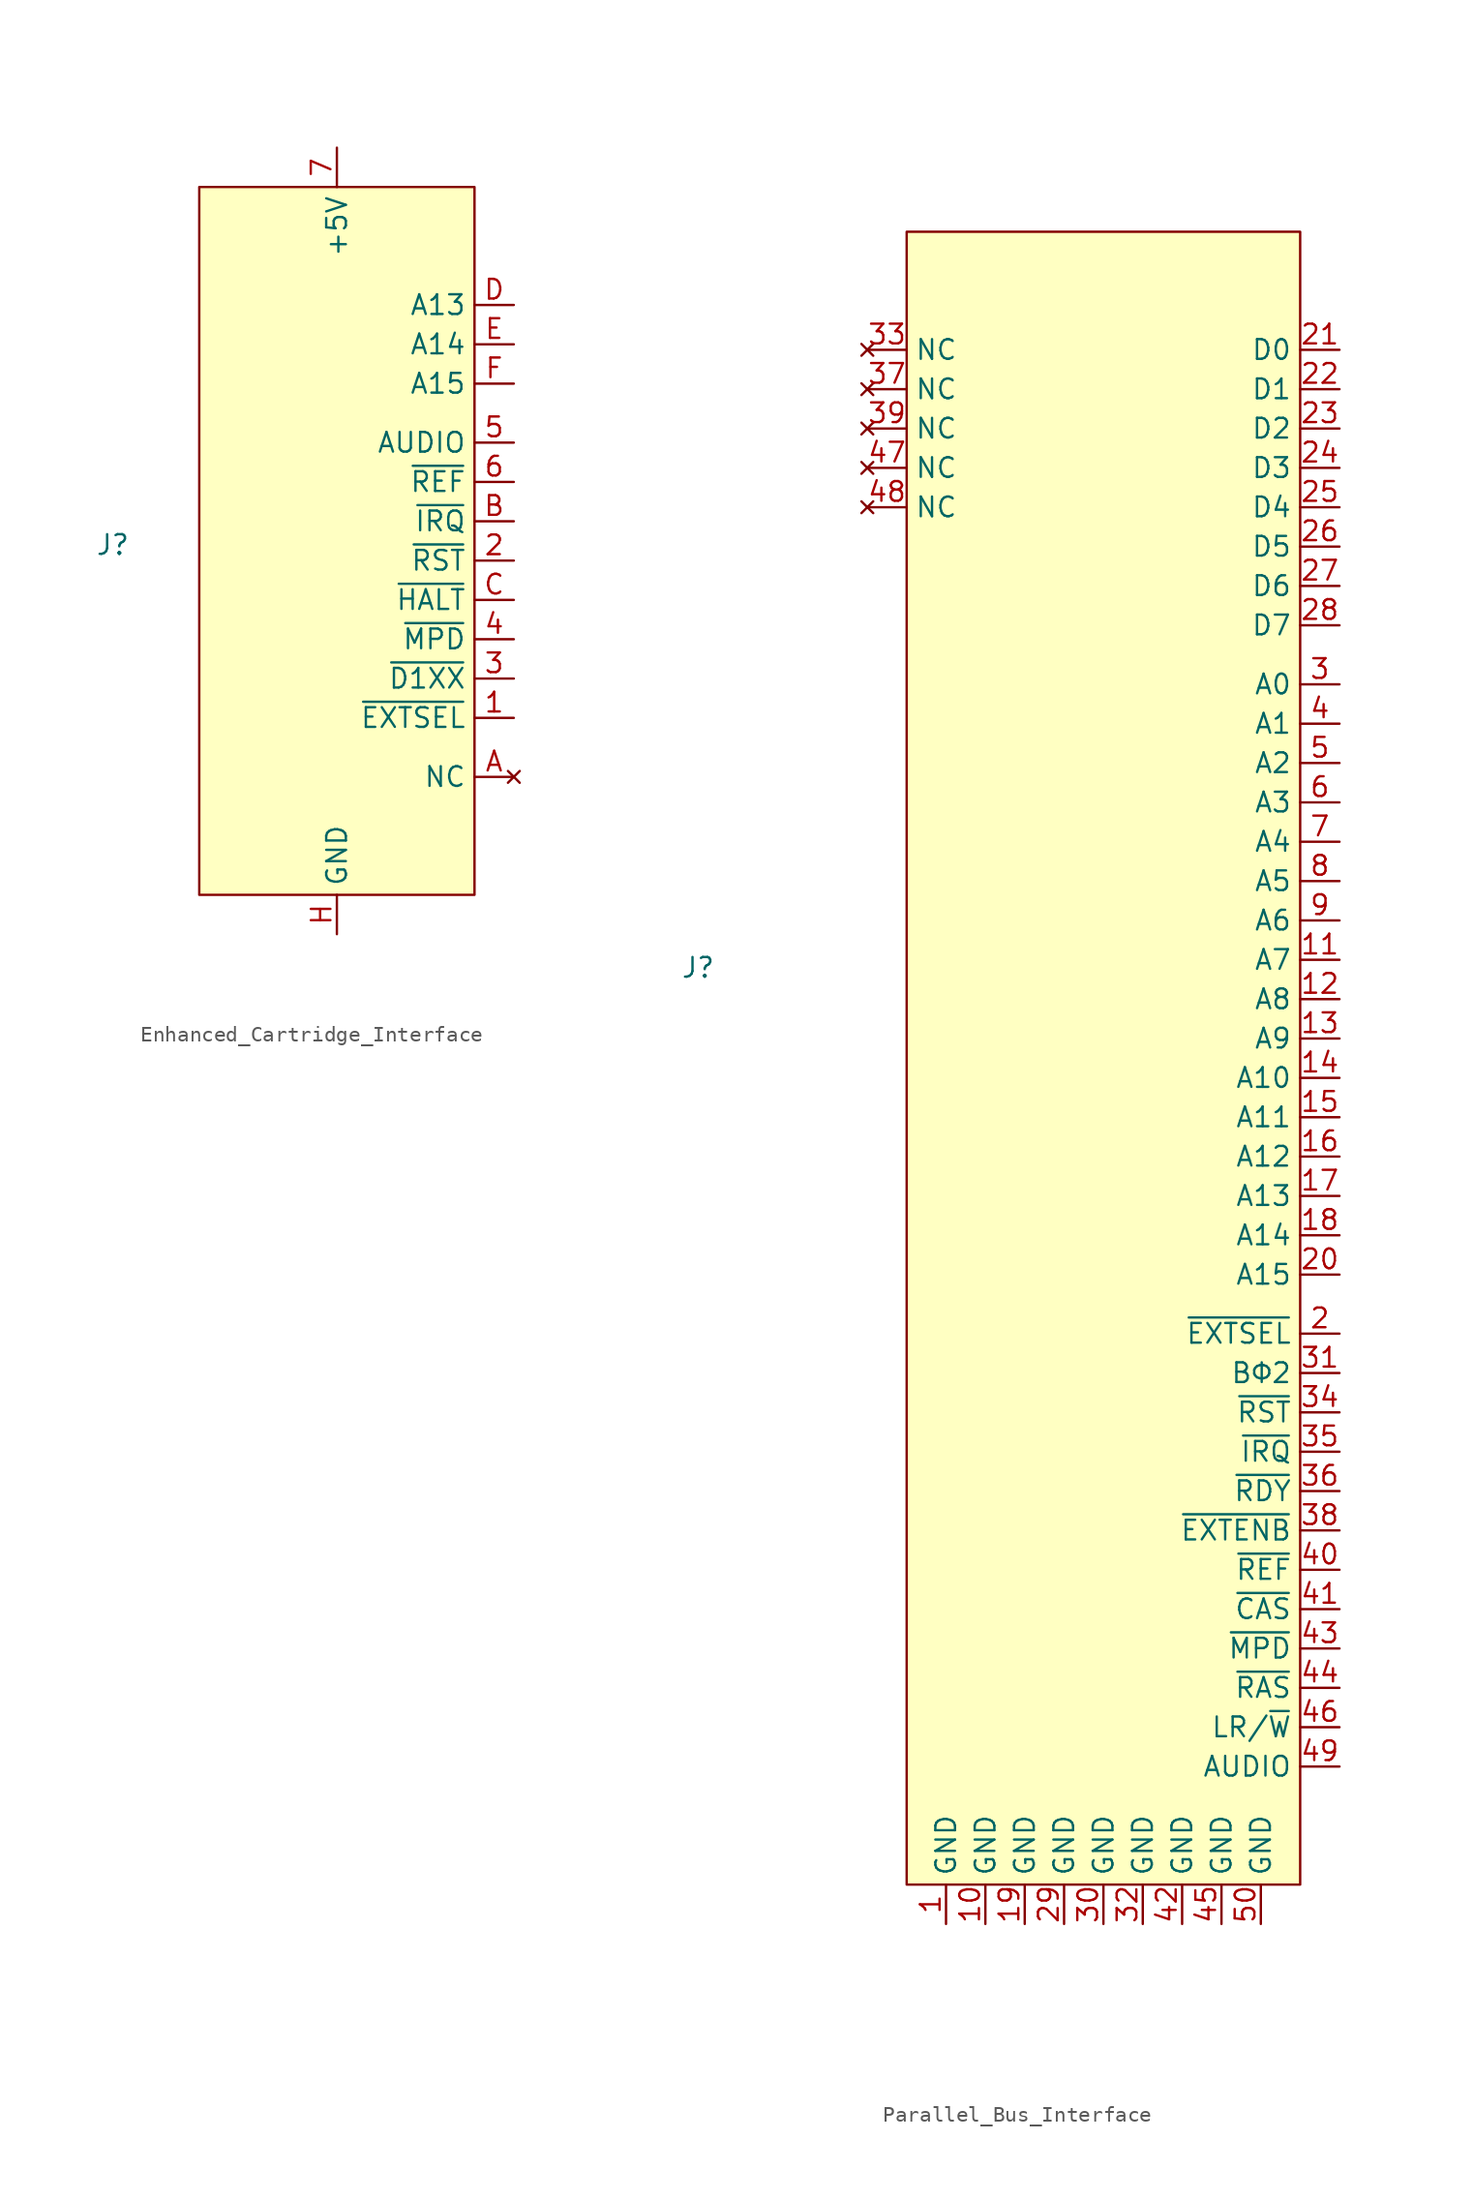
<source format=kicad_sym>
(kicad_symbol_lib
  (version 20241209)
  (generator "kicad_symbol_editor")
  (generator_version "9.0")
  (symbol "Enhanced_Cartridge_Interface"
    (property "Reference" "J"
      (at -14.478 -0.254 0)
      (effects (font (size 1.27 1.27))))
    (property "Value" ""
      (at 0 0 0)
      (effects (font (size 1.27 1.27))))
    (symbol "Enhanced_Cartridge_Interface_0_1"
      (rectangle (start -8.89 22.86) (end 8.89 -22.86) (stroke (width 0) (type default)) (fill (type background))))
    (symbol "Enhanced_Cartridge_Interface_1_1"
      (pin passive line (at 0 25.4 270) (length 2.54) (name "+5V" (effects (font (size 1.27 1.27)))) (number "7" (effects (font (size 1.27 1.27)))))
      (pin passive line (at 0 -25.4 90) (length 2.54) (name "GND" (effects (font (size 1.27 1.27)))) (number "H" (effects (font (size 1.27 1.27)))))
      (pin output line (at 11.43 15.24 180) (length 2.54) (name "A13" (effects (font (size 1.27 1.27)))) (number "D" (effects (font (size 1.27 1.27)))))
      (pin output line (at 11.43 12.7 180) (length 2.54) (name "A14" (effects (font (size 1.27 1.27)))) (number "E" (effects (font (size 1.27 1.27)))))
      (pin output line (at 11.43 10.16 180) (length 2.54) (name "A15" (effects (font (size 1.27 1.27)))) (number "F" (effects (font (size 1.27 1.27)))))
      (pin input line (at 11.43 6.35 180) (length 2.54) (name "AUDIO" (effects (font (size 1.27 1.27)))) (number "5" (effects (font (size 1.27 1.27)))))
      (pin output line (at 11.43 3.81 180) (length 2.54) (name "~{REF}" (effects (font (size 1.27 1.27)))) (number "6" (effects (font (size 1.27 1.27)))))
      (pin input line (at 11.43 1.27 180) (length 2.54) (name "~{IRQ}" (effects (font (size 1.27 1.27)))) (number "B" (effects (font (size 1.27 1.27)))))
      (pin output line (at 11.43 -1.27 180) (length 2.54) (name "~{RST}" (effects (font (size 1.27 1.27)))) (number "2" (effects (font (size 1.27 1.27)))))
      (pin bidirectional line (at 11.43 -3.81 180) (length 2.54) (name "~{HALT}" (effects (font (size 1.27 1.27)))) (number "C" (effects (font (size 1.27 1.27)))))
      (pin input line (at 11.43 -6.35 180) (length 2.54) (name "~{MPD}" (effects (font (size 1.27 1.27)))) (number "4" (effects (font (size 1.27 1.27)))))
      (pin output line (at 11.43 -8.89 180) (length 2.54) (name "~{D1XX}" (effects (font (size 1.27 1.27)))) (number "3" (effects (font (size 1.27 1.27)))))
      (pin output line (at 11.43 -11.43 180) (length 2.54) (name "~{EXTSEL}" (effects (font (size 1.27 1.27)))) (number "1" (effects (font (size 1.27 1.27)))))
      (pin no_connect line (at 11.43 -15.24 180) (length 2.54) (name "NC" (effects (font (size 1.27 1.27)))) (number "A" (effects (font (size 1.27 1.27)))))))
  (symbol "Parallel_Bus_Interface"
    (property "Reference" "J"
      (at -26.162 5.842 0)
      (effects (font (size 1.27 1.27))))
    (property "Value" ""
      (at 0 -33.02 0)
      (effects (font (size 1.27 1.27))))
    (symbol "Parallel_Bus_Interface_0_1"
      (rectangle (start -12.7 53.34) (end 12.7 -53.34) (stroke (width 0) (type default)) (fill (type background))))
    (symbol "Parallel_Bus_Interface_1_1"
      (pin no_connect line (at -15.24 45.72 0) (length 2.54) (name "NC" (effects (font (size 1.27 1.27)))) (number "33" (effects (font (size 1.27 1.27)))))
      (pin no_connect line (at -15.24 43.18 0) (length 2.54) (name "NC" (effects (font (size 1.27 1.27)))) (number "37" (effects (font (size 1.27 1.27)))))
      (pin no_connect line (at -15.24 40.64 0) (length 2.54) (name "NC" (effects (font (size 1.27 1.27)))) (number "39" (effects (font (size 1.27 1.27)))))
      (pin no_connect line (at -15.24 38.1 0) (length 2.54) (name "NC" (effects (font (size 1.27 1.27)))) (number "47" (effects (font (size 1.27 1.27)))))
      (pin no_connect line (at -15.24 35.56 0) (length 2.54) (name "NC" (effects (font (size 1.27 1.27)))) (number "48" (effects (font (size 1.27 1.27)))))
      (pin passive line (at -10.16 -55.88 90) (length 2.54) (name "GND" (effects (font (size 1.27 1.27)))) (number "1" (effects (font (size 1.27 1.27)))))
      (pin passive line (at -7.62 -55.88 90) (length 2.54) (name "GND" (effects (font (size 1.27 1.27)))) (number "10" (effects (font (size 1.27 1.27)))))
      (pin passive line (at -5.08 -55.88 90) (length 2.54) (name "GND" (effects (font (size 1.27 1.27)))) (number "19" (effects (font (size 1.27 1.27)))))
      (pin passive line (at -2.54 -55.88 90) (length 2.54) (name "GND" (effects (font (size 1.27 1.27)))) (number "29" (effects (font (size 1.27 1.27)))))
      (pin passive line (at 0 -55.88 90) (length 2.54) (name "GND" (effects (font (size 1.27 1.27)))) (number "30" (effects (font (size 1.27 1.27)))))
      (pin passive line (at 2.54 -55.88 90) (length 2.54) (name "GND" (effects (font (size 1.27 1.27)))) (number "32" (effects (font (size 1.27 1.27)))))
      (pin passive line (at 5.08 -55.88 90) (length 2.54) (name "GND" (effects (font (size 1.27 1.27)))) (number "42" (effects (font (size 1.27 1.27)))))
      (pin passive line (at 7.62 -55.88 90) (length 2.54) (name "GND" (effects (font (size 1.27 1.27)))) (number "45" (effects (font (size 1.27 1.27)))))
      (pin passive line (at 10.16 -55.88 90) (length 2.54) (name "GND" (effects (font (size 1.27 1.27)))) (number "50" (effects (font (size 1.27 1.27)))))
      (pin bidirectional line (at 15.24 45.72 180) (length 2.54) (name "D0" (effects (font (size 1.27 1.27)))) (number "21" (effects (font (size 1.27 1.27)))))
      (pin bidirectional line (at 15.24 43.18 180) (length 2.54) (name "D1" (effects (font (size 1.27 1.27)))) (number "22" (effects (font (size 1.27 1.27)))))
      (pin bidirectional line (at 15.24 40.64 180) (length 2.54) (name "D2" (effects (font (size 1.27 1.27)))) (number "23" (effects (font (size 1.27 1.27)))))
      (pin bidirectional line (at 15.24 38.1 180) (length 2.54) (name "D3" (effects (font (size 1.27 1.27)))) (number "24" (effects (font (size 1.27 1.27)))))
      (pin bidirectional line (at 15.24 35.56 180) (length 2.54) (name "D4" (effects (font (size 1.27 1.27)))) (number "25" (effects (font (size 1.27 1.27)))))
      (pin bidirectional line (at 15.24 33.02 180) (length 2.54) (name "D5" (effects (font (size 1.27 1.27)))) (number "26" (effects (font (size 1.27 1.27)))))
      (pin bidirectional line (at 15.24 30.48 180) (length 2.54) (name "D6" (effects (font (size 1.27 1.27)))) (number "27" (effects (font (size 1.27 1.27)))))
      (pin bidirectional line (at 15.24 27.94 180) (length 2.54) (name "D7" (effects (font (size 1.27 1.27)))) (number "28" (effects (font (size 1.27 1.27)))))
      (pin output line (at 15.24 24.13 180) (length 2.54) (name "A0" (effects (font (size 1.27 1.27)))) (number "3" (effects (font (size 1.27 1.27)))))
      (pin output line (at 15.24 21.59 180) (length 2.54) (name "A1" (effects (font (size 1.27 1.27)))) (number "4" (effects (font (size 1.27 1.27)))))
      (pin output line (at 15.24 19.05 180) (length 2.54) (name "A2" (effects (font (size 1.27 1.27)))) (number "5" (effects (font (size 1.27 1.27)))))
      (pin output line (at 15.24 16.51 180) (length 2.54) (name "A3" (effects (font (size 1.27 1.27)))) (number "6" (effects (font (size 1.27 1.27)))))
      (pin output line (at 15.24 13.97 180) (length 2.54) (name "A4" (effects (font (size 1.27 1.27)))) (number "7" (effects (font (size 1.27 1.27)))))
      (pin output line (at 15.24 11.43 180) (length 2.54) (name "A5" (effects (font (size 1.27 1.27)))) (number "8" (effects (font (size 1.27 1.27)))))
      (pin output line (at 15.24 8.89 180) (length 2.54) (name "A6" (effects (font (size 1.27 1.27)))) (number "9" (effects (font (size 1.27 1.27)))))
      (pin output line (at 15.24 6.35 180) (length 2.54) (name "A7" (effects (font (size 1.27 1.27)))) (number "11" (effects (font (size 1.27 1.27)))))
      (pin output line (at 15.24 3.81 180) (length 2.54) (name "A8" (effects (font (size 1.27 1.27)))) (number "12" (effects (font (size 1.27 1.27)))))
      (pin output line (at 15.24 1.27 180) (length 2.54) (name "A9" (effects (font (size 1.27 1.27)))) (number "13" (effects (font (size 1.27 1.27)))))
      (pin output line (at 15.24 -1.27 180) (length 2.54) (name "A10" (effects (font (size 1.27 1.27)))) (number "14" (effects (font (size 1.27 1.27)))))
      (pin output line (at 15.24 -3.81 180) (length 2.54) (name "A11" (effects (font (size 1.27 1.27)))) (number "15" (effects (font (size 1.27 1.27)))))
      (pin output line (at 15.24 -6.35 180) (length 2.54) (name "A12" (effects (font (size 1.27 1.27)))) (number "16" (effects (font (size 1.27 1.27)))))
      (pin output line (at 15.24 -8.89 180) (length 2.54) (name "A13" (effects (font (size 1.27 1.27)))) (number "17" (effects (font (size 1.27 1.27)))))
      (pin output line (at 15.24 -11.43 180) (length 2.54) (name "A14" (effects (font (size 1.27 1.27)))) (number "18" (effects (font (size 1.27 1.27)))))
      (pin output line (at 15.24 -13.97 180) (length 2.54) (name "A15" (effects (font (size 1.27 1.27)))) (number "20" (effects (font (size 1.27 1.27)))))
      (pin input line (at 15.24 -17.78 180) (length 2.54) (name "~{EXTSEL}" (effects (font (size 1.27 1.27)))) (number "2" (effects (font (size 1.27 1.27)))))
      (pin output line (at 15.24 -20.32 180) (length 2.54) (name "BΦ2" (effects (font (size 1.27 1.27)))) (number "31" (effects (font (size 1.27 1.27)))))
      (pin output line (at 15.24 -22.86 180) (length 2.54) (name "~{RST}" (effects (font (size 1.27 1.27)))) (number "34" (effects (font (size 1.27 1.27)))))
      (pin input line (at 15.24 -25.4 180) (length 2.54) (name "~{IRQ}" (effects (font (size 1.27 1.27)))) (number "35" (effects (font (size 1.27 1.27)))))
      (pin input line (at 15.24 -27.94 180) (length 2.54) (name "~{RDY}" (effects (font (size 1.27 1.27)))) (number "36" (effects (font (size 1.27 1.27)))))
      (pin output line (at 15.24 -30.48 180) (length 2.54) (name "~{EXTENB}" (effects (font (size 1.27 1.27)))) (number "38" (effects (font (size 1.27 1.27)))))
      (pin output line (at 15.24 -33.02 180) (length 2.54) (name "~{REF}" (effects (font (size 1.27 1.27)))) (number "40" (effects (font (size 1.27 1.27)))))
      (pin output line (at 15.24 -35.56 180) (length 2.54) (name "~{CAS}" (effects (font (size 1.27 1.27)))) (number "41" (effects (font (size 1.27 1.27)))))
      (pin input line (at 15.24 -38.1 180) (length 2.54) (name "~{MPD}" (effects (font (size 1.27 1.27)))) (number "43" (effects (font (size 1.27 1.27)))))
      (pin output line (at 15.24 -40.64 180) (length 2.54) (name "~{RAS}" (effects (font (size 1.27 1.27)))) (number "44" (effects (font (size 1.27 1.27)))))
      (pin output line (at 15.24 -43.18 180) (length 2.54) (name "LR/~{W}" (effects (font (size 1.27 1.27)))) (number "46" (effects (font (size 1.27 1.27)))))
      (pin input line (at 15.24 -45.72 180) (length 2.54) (name "AUDIO" (effects (font (size 1.27 1.27)))) (number "49" (effects (font (size 1.27 1.27))))))))
</source>
